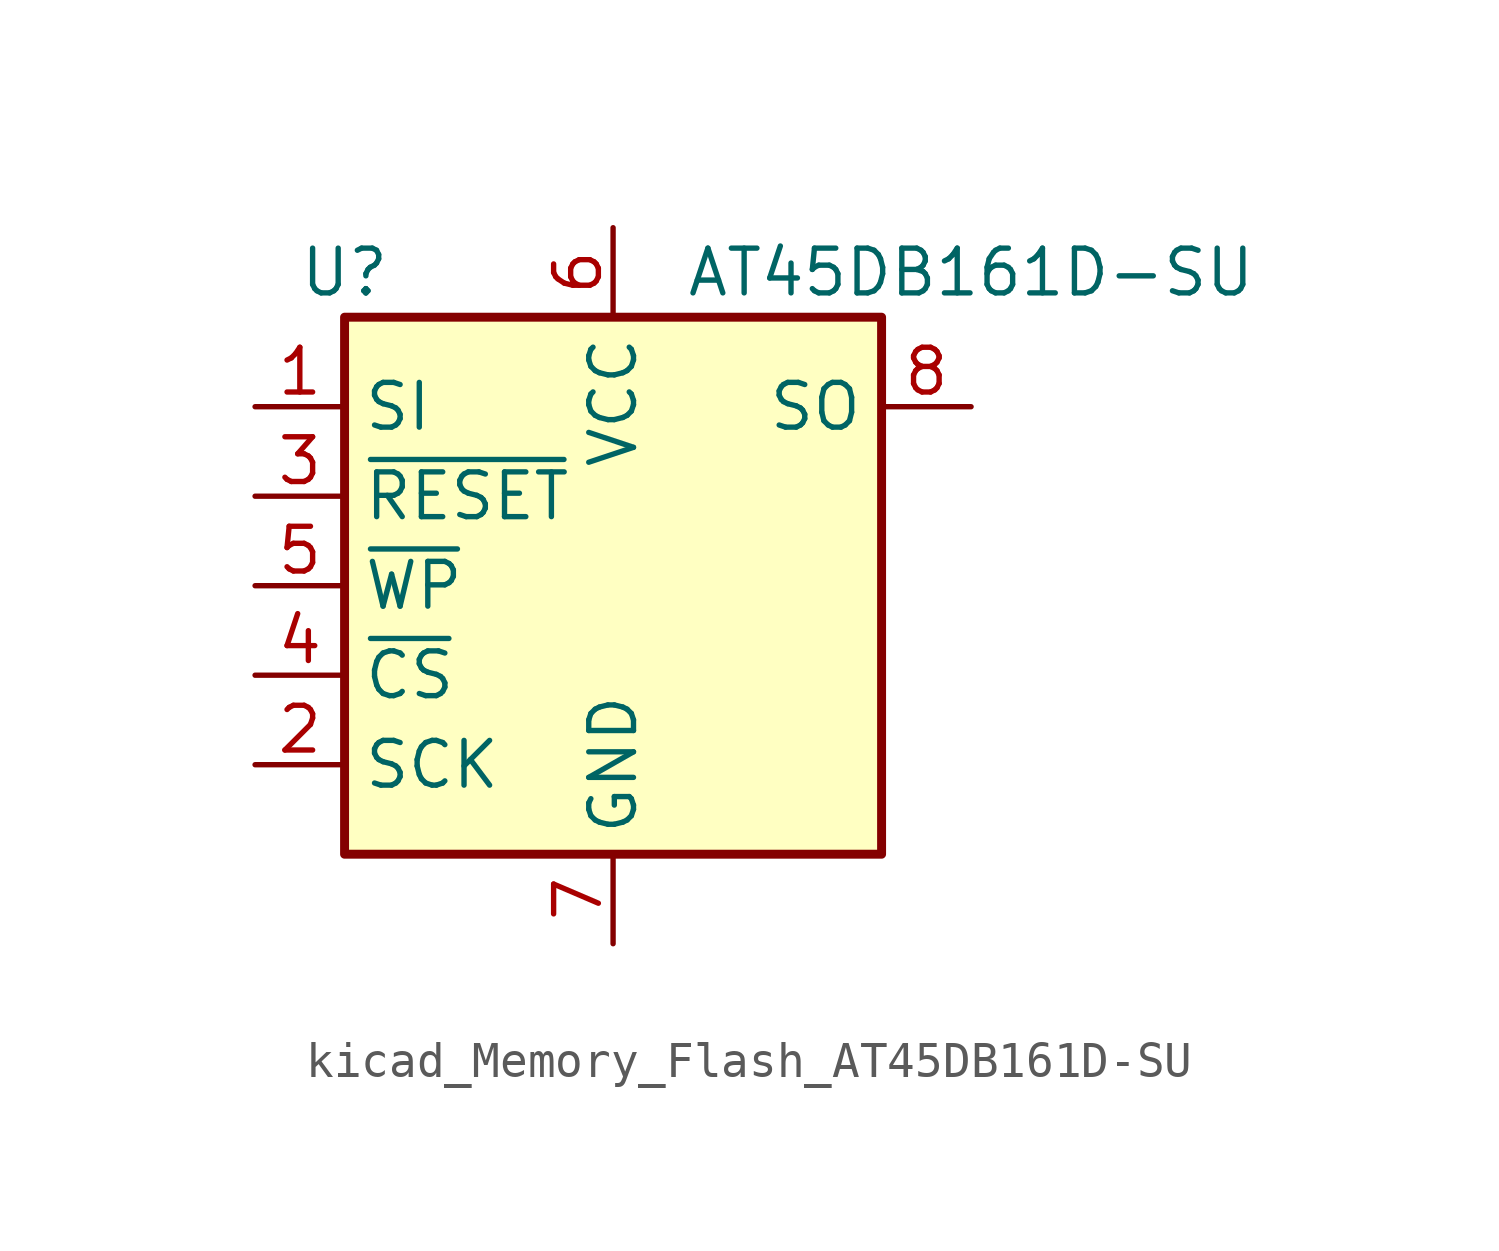
<source format=kicad_sym>
(kicad_symbol_lib
  (version 20220914)
  (generator kicad_symbol_editor)
  (symbol "kicad_Memory_Flash_AT45DB161D-SU"
    (property "Reference" "U"
      (at -7.62 8.89 0)
      (effects (font (size 1.27 1.27))))
    (property "Value" "AT45DB161D-SU"
      (at 10.16 8.89 0)
      (effects (font (size 1.27 1.27))))
    (symbol "kicad_Memory_Flash_AT45DB161D-SU_1_1"
      (rectangle (start -7.62 7.62) (end 7.62 -7.62) (stroke (width 0.254) (type default)) (fill (type background)))
      (pin input line (at -10.16 5.08 0) (length 2.54) (name "SI" (effects (font (size 1.27 1.27)))) (number "1" (effects (font (size 1.27 1.27)))))
      (pin input line (at -10.16 -5.08 0) (length 2.54) (name "SCK" (effects (font (size 1.27 1.27)))) (number "2" (effects (font (size 1.27 1.27)))))
      (pin bidirectional line (at -10.16 2.54 0) (length 2.54) (name "~{RESET}" (effects (font (size 1.27 1.27)))) (number "3" (effects (font (size 1.27 1.27)))))
      (pin input line (at -10.16 -2.54 0) (length 2.54) (name "~{CS}" (effects (font (size 1.27 1.27)))) (number "4" (effects (font (size 1.27 1.27)))))
      (pin input line (at -10.16 0 0) (length 2.54) (name "~{WP}" (effects (font (size 1.27 1.27)))) (number "5" (effects (font (size 1.27 1.27)))))
      (pin power_in line (at 0 10.16 270) (length 2.54) (name "VCC" (effects (font (size 1.27 1.27)))) (number "6" (effects (font (size 1.27 1.27)))))
      (pin power_in line (at 0 -10.16 90) (length 2.54) (name "GND" (effects (font (size 1.27 1.27)))) (number "7" (effects (font (size 1.27 1.27)))))
      (pin output line (at 10.16 5.08 180) (length 2.54) (name "SO" (effects (font (size 1.27 1.27)))) (number "8" (effects (font (size 1.27 1.27))))))))
</source>
